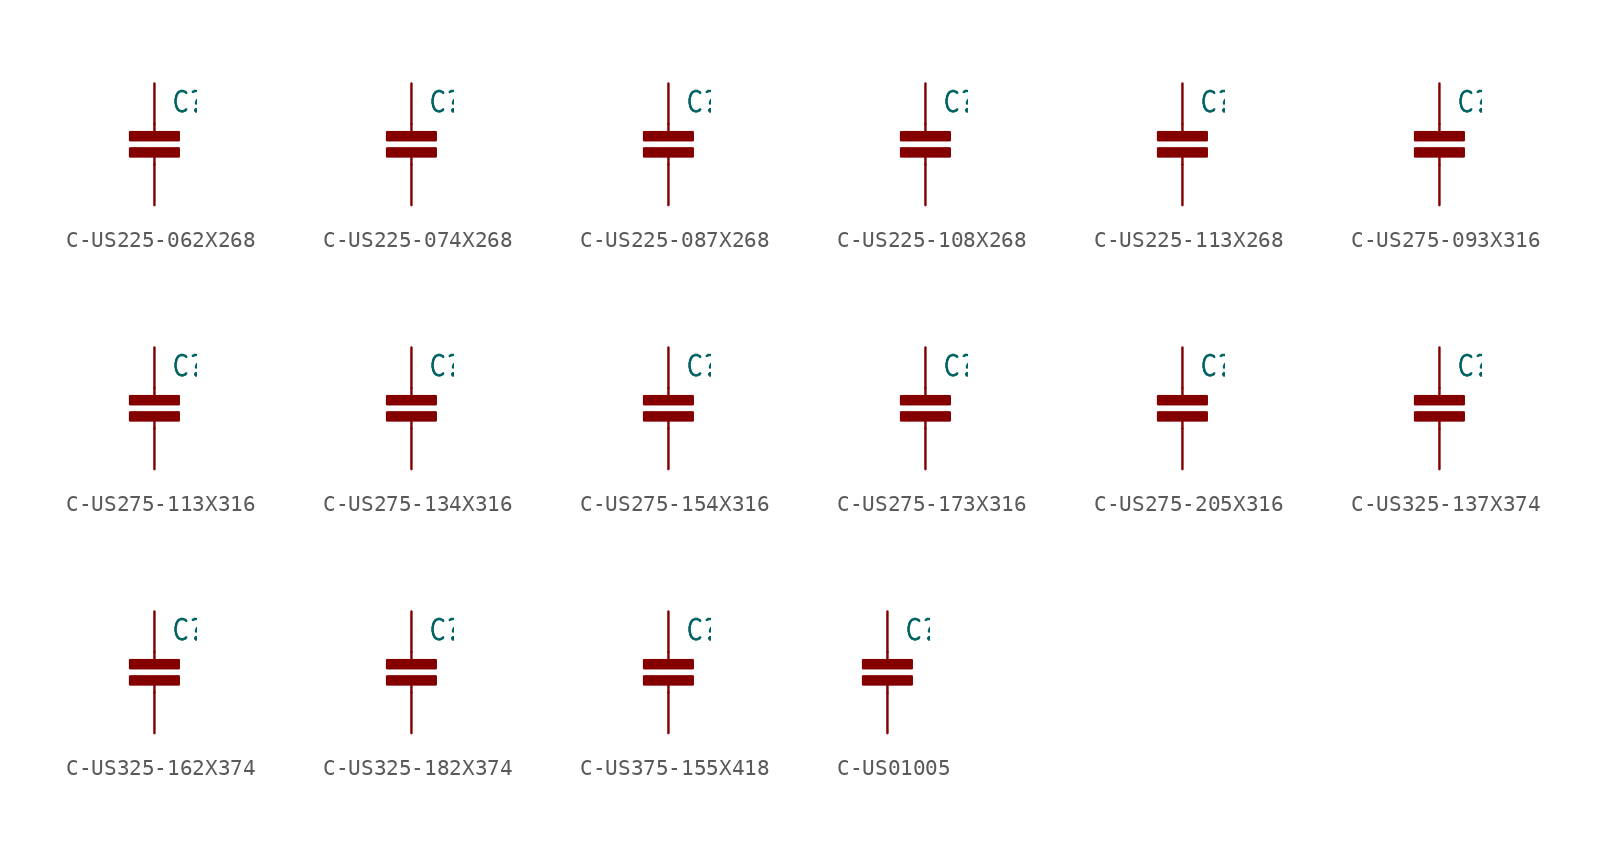
<source format=kicad_sym>
(kicad_symbol_lib
  (version 20231120)
  (generator "kicad_symbol_editor")
  (generator_version "8.99")
  (symbol "C-US225-062X268"
    (property "Reference" "C"
      (at 1.016 0.635 0)
      (effects (font (size 1.27 1.079)) (justify left bottom)))
    (property "Value" ""
      (at 1.016 -4.191 0)
      (effects (font (size 1.27 1.079)) (justify left bottom)))
    (property "ki_locked" ""
      (at 0 0 0)
      (effects (font (size 1.27 1.27))))
    (symbol "C-US225-062X268_1_0"
      (rectangle (start -1.524 -2.032) (end 1.524 -1.524) (stroke (width 0) (type default)) (fill (type outline)))
      (rectangle (start -1.524 -1.016) (end 1.524 -0.508) (stroke (width 0) (type default)) (fill (type outline)))
      (polyline (pts (xy 0 -2.54) (xy 0 -2.032)) (stroke (width 0.152) (type solid)) (fill (type none)))
      (polyline (pts (xy 0 0) (xy 0 -0.508)) (stroke (width 0.152) (type solid)) (fill (type none)))
      (pin passive line (at 0 2.54 270) (length 2.54) (name "1" (effects (font (size 0 0)))) (number "1" (effects (font (size 0 0)))))
      (pin passive line (at 0 -5.08 90) (length 2.54) (name "2" (effects (font (size 0 0)))) (number "2" (effects (font (size 0 0)))))))
  (symbol "C-US225-074X268"
    (property "Reference" "C"
      (at 1.016 0.635 0)
      (effects (font (size 1.27 1.079)) (justify left bottom)))
    (property "Value" ""
      (at 1.016 -4.191 0)
      (effects (font (size 1.27 1.079)) (justify left bottom)))
    (property "ki_locked" ""
      (at 0 0 0)
      (effects (font (size 1.27 1.27))))
    (symbol "C-US225-074X268_1_0"
      (rectangle (start -1.524 -2.032) (end 1.524 -1.524) (stroke (width 0) (type default)) (fill (type outline)))
      (rectangle (start -1.524 -1.016) (end 1.524 -0.508) (stroke (width 0) (type default)) (fill (type outline)))
      (polyline (pts (xy 0 -2.54) (xy 0 -2.032)) (stroke (width 0.152) (type solid)) (fill (type none)))
      (polyline (pts (xy 0 0) (xy 0 -0.508)) (stroke (width 0.152) (type solid)) (fill (type none)))
      (pin passive line (at 0 2.54 270) (length 2.54) (name "1" (effects (font (size 0 0)))) (number "1" (effects (font (size 0 0)))))
      (pin passive line (at 0 -5.08 90) (length 2.54) (name "2" (effects (font (size 0 0)))) (number "2" (effects (font (size 0 0)))))))
  (symbol "C-US225-087X268"
    (property "Reference" "C"
      (at 1.016 0.635 0)
      (effects (font (size 1.27 1.079)) (justify left bottom)))
    (property "Value" ""
      (at 1.016 -4.191 0)
      (effects (font (size 1.27 1.079)) (justify left bottom)))
    (property "ki_locked" ""
      (at 0 0 0)
      (effects (font (size 1.27 1.27))))
    (symbol "C-US225-087X268_1_0"
      (rectangle (start -1.524 -2.032) (end 1.524 -1.524) (stroke (width 0) (type default)) (fill (type outline)))
      (rectangle (start -1.524 -1.016) (end 1.524 -0.508) (stroke (width 0) (type default)) (fill (type outline)))
      (polyline (pts (xy 0 -2.54) (xy 0 -2.032)) (stroke (width 0.152) (type solid)) (fill (type none)))
      (polyline (pts (xy 0 0) (xy 0 -0.508)) (stroke (width 0.152) (type solid)) (fill (type none)))
      (pin passive line (at 0 2.54 270) (length 2.54) (name "1" (effects (font (size 0 0)))) (number "1" (effects (font (size 0 0)))))
      (pin passive line (at 0 -5.08 90) (length 2.54) (name "2" (effects (font (size 0 0)))) (number "2" (effects (font (size 0 0)))))))
  (symbol "C-US225-108X268"
    (property "Reference" "C"
      (at 1.016 0.635 0)
      (effects (font (size 1.27 1.079)) (justify left bottom)))
    (property "Value" ""
      (at 1.016 -4.191 0)
      (effects (font (size 1.27 1.079)) (justify left bottom)))
    (property "ki_locked" ""
      (at 0 0 0)
      (effects (font (size 1.27 1.27))))
    (symbol "C-US225-108X268_1_0"
      (rectangle (start -1.524 -2.032) (end 1.524 -1.524) (stroke (width 0) (type default)) (fill (type outline)))
      (rectangle (start -1.524 -1.016) (end 1.524 -0.508) (stroke (width 0) (type default)) (fill (type outline)))
      (polyline (pts (xy 0 -2.54) (xy 0 -2.032)) (stroke (width 0.152) (type solid)) (fill (type none)))
      (polyline (pts (xy 0 0) (xy 0 -0.508)) (stroke (width 0.152) (type solid)) (fill (type none)))
      (pin passive line (at 0 2.54 270) (length 2.54) (name "1" (effects (font (size 0 0)))) (number "1" (effects (font (size 0 0)))))
      (pin passive line (at 0 -5.08 90) (length 2.54) (name "2" (effects (font (size 0 0)))) (number "2" (effects (font (size 0 0)))))))
  (symbol "C-US225-113X268"
    (property "Reference" "C"
      (at 1.016 0.635 0)
      (effects (font (size 1.27 1.079)) (justify left bottom)))
    (property "Value" ""
      (at 1.016 -4.191 0)
      (effects (font (size 1.27 1.079)) (justify left bottom)))
    (property "ki_locked" ""
      (at 0 0 0)
      (effects (font (size 1.27 1.27))))
    (symbol "C-US225-113X268_1_0"
      (rectangle (start -1.524 -2.032) (end 1.524 -1.524) (stroke (width 0) (type default)) (fill (type outline)))
      (rectangle (start -1.524 -1.016) (end 1.524 -0.508) (stroke (width 0) (type default)) (fill (type outline)))
      (polyline (pts (xy 0 -2.54) (xy 0 -2.032)) (stroke (width 0.152) (type solid)) (fill (type none)))
      (polyline (pts (xy 0 0) (xy 0 -0.508)) (stroke (width 0.152) (type solid)) (fill (type none)))
      (pin passive line (at 0 2.54 270) (length 2.54) (name "1" (effects (font (size 0 0)))) (number "1" (effects (font (size 0 0)))))
      (pin passive line (at 0 -5.08 90) (length 2.54) (name "2" (effects (font (size 0 0)))) (number "2" (effects (font (size 0 0)))))))
  (symbol "C-US275-093X316"
    (property "Reference" "C"
      (at 1.016 0.635 0)
      (effects (font (size 1.27 1.079)) (justify left bottom)))
    (property "Value" ""
      (at 1.016 -4.191 0)
      (effects (font (size 1.27 1.079)) (justify left bottom)))
    (property "ki_locked" ""
      (at 0 0 0)
      (effects (font (size 1.27 1.27))))
    (symbol "C-US275-093X316_1_0"
      (rectangle (start -1.524 -2.032) (end 1.524 -1.524) (stroke (width 0) (type default)) (fill (type outline)))
      (rectangle (start -1.524 -1.016) (end 1.524 -0.508) (stroke (width 0) (type default)) (fill (type outline)))
      (polyline (pts (xy 0 -2.54) (xy 0 -2.032)) (stroke (width 0.152) (type solid)) (fill (type none)))
      (polyline (pts (xy 0 0) (xy 0 -0.508)) (stroke (width 0.152) (type solid)) (fill (type none)))
      (pin passive line (at 0 2.54 270) (length 2.54) (name "1" (effects (font (size 0 0)))) (number "1" (effects (font (size 0 0)))))
      (pin passive line (at 0 -5.08 90) (length 2.54) (name "2" (effects (font (size 0 0)))) (number "2" (effects (font (size 0 0)))))))
  (symbol "C-US275-113X316"
    (property "Reference" "C"
      (at 1.016 0.635 0)
      (effects (font (size 1.27 1.079)) (justify left bottom)))
    (property "Value" ""
      (at 1.016 -4.191 0)
      (effects (font (size 1.27 1.079)) (justify left bottom)))
    (property "ki_locked" ""
      (at 0 0 0)
      (effects (font (size 1.27 1.27))))
    (symbol "C-US275-113X316_1_0"
      (rectangle (start -1.524 -2.032) (end 1.524 -1.524) (stroke (width 0) (type default)) (fill (type outline)))
      (rectangle (start -1.524 -1.016) (end 1.524 -0.508) (stroke (width 0) (type default)) (fill (type outline)))
      (polyline (pts (xy 0 -2.54) (xy 0 -2.032)) (stroke (width 0.152) (type solid)) (fill (type none)))
      (polyline (pts (xy 0 0) (xy 0 -0.508)) (stroke (width 0.152) (type solid)) (fill (type none)))
      (pin passive line (at 0 2.54 270) (length 2.54) (name "1" (effects (font (size 0 0)))) (number "1" (effects (font (size 0 0)))))
      (pin passive line (at 0 -5.08 90) (length 2.54) (name "2" (effects (font (size 0 0)))) (number "2" (effects (font (size 0 0)))))))
  (symbol "C-US275-134X316"
    (property "Reference" "C"
      (at 1.016 0.635 0)
      (effects (font (size 1.27 1.079)) (justify left bottom)))
    (property "Value" ""
      (at 1.016 -4.191 0)
      (effects (font (size 1.27 1.079)) (justify left bottom)))
    (property "ki_locked" ""
      (at 0 0 0)
      (effects (font (size 1.27 1.27))))
    (symbol "C-US275-134X316_1_0"
      (rectangle (start -1.524 -2.032) (end 1.524 -1.524) (stroke (width 0) (type default)) (fill (type outline)))
      (rectangle (start -1.524 -1.016) (end 1.524 -0.508) (stroke (width 0) (type default)) (fill (type outline)))
      (polyline (pts (xy 0 -2.54) (xy 0 -2.032)) (stroke (width 0.152) (type solid)) (fill (type none)))
      (polyline (pts (xy 0 0) (xy 0 -0.508)) (stroke (width 0.152) (type solid)) (fill (type none)))
      (pin passive line (at 0 2.54 270) (length 2.54) (name "1" (effects (font (size 0 0)))) (number "1" (effects (font (size 0 0)))))
      (pin passive line (at 0 -5.08 90) (length 2.54) (name "2" (effects (font (size 0 0)))) (number "2" (effects (font (size 0 0)))))))
  (symbol "C-US275-154X316"
    (property "Reference" "C"
      (at 1.016 0.635 0)
      (effects (font (size 1.27 1.079)) (justify left bottom)))
    (property "Value" ""
      (at 1.016 -4.191 0)
      (effects (font (size 1.27 1.079)) (justify left bottom)))
    (property "ki_locked" ""
      (at 0 0 0)
      (effects (font (size 1.27 1.27))))
    (symbol "C-US275-154X316_1_0"
      (rectangle (start -1.524 -2.032) (end 1.524 -1.524) (stroke (width 0) (type default)) (fill (type outline)))
      (rectangle (start -1.524 -1.016) (end 1.524 -0.508) (stroke (width 0) (type default)) (fill (type outline)))
      (polyline (pts (xy 0 -2.54) (xy 0 -2.032)) (stroke (width 0.152) (type solid)) (fill (type none)))
      (polyline (pts (xy 0 0) (xy 0 -0.508)) (stroke (width 0.152) (type solid)) (fill (type none)))
      (pin passive line (at 0 2.54 270) (length 2.54) (name "1" (effects (font (size 0 0)))) (number "1" (effects (font (size 0 0)))))
      (pin passive line (at 0 -5.08 90) (length 2.54) (name "2" (effects (font (size 0 0)))) (number "2" (effects (font (size 0 0)))))))
  (symbol "C-US275-173X316"
    (property "Reference" "C"
      (at 1.016 0.635 0)
      (effects (font (size 1.27 1.079)) (justify left bottom)))
    (property "Value" ""
      (at 1.016 -4.191 0)
      (effects (font (size 1.27 1.079)) (justify left bottom)))
    (property "ki_locked" ""
      (at 0 0 0)
      (effects (font (size 1.27 1.27))))
    (symbol "C-US275-173X316_1_0"
      (rectangle (start -1.524 -2.032) (end 1.524 -1.524) (stroke (width 0) (type default)) (fill (type outline)))
      (rectangle (start -1.524 -1.016) (end 1.524 -0.508) (stroke (width 0) (type default)) (fill (type outline)))
      (polyline (pts (xy 0 -2.54) (xy 0 -2.032)) (stroke (width 0.152) (type solid)) (fill (type none)))
      (polyline (pts (xy 0 0) (xy 0 -0.508)) (stroke (width 0.152) (type solid)) (fill (type none)))
      (pin passive line (at 0 2.54 270) (length 2.54) (name "1" (effects (font (size 0 0)))) (number "1" (effects (font (size 0 0)))))
      (pin passive line (at 0 -5.08 90) (length 2.54) (name "2" (effects (font (size 0 0)))) (number "2" (effects (font (size 0 0)))))))
  (symbol "C-US275-205X316"
    (property "Reference" "C"
      (at 1.016 0.635 0)
      (effects (font (size 1.27 1.079)) (justify left bottom)))
    (property "Value" ""
      (at 1.016 -4.191 0)
      (effects (font (size 1.27 1.079)) (justify left bottom)))
    (property "ki_locked" ""
      (at 0 0 0)
      (effects (font (size 1.27 1.27))))
    (symbol "C-US275-205X316_1_0"
      (rectangle (start -1.524 -2.032) (end 1.524 -1.524) (stroke (width 0) (type default)) (fill (type outline)))
      (rectangle (start -1.524 -1.016) (end 1.524 -0.508) (stroke (width 0) (type default)) (fill (type outline)))
      (polyline (pts (xy 0 -2.54) (xy 0 -2.032)) (stroke (width 0.152) (type solid)) (fill (type none)))
      (polyline (pts (xy 0 0) (xy 0 -0.508)) (stroke (width 0.152) (type solid)) (fill (type none)))
      (pin passive line (at 0 2.54 270) (length 2.54) (name "1" (effects (font (size 0 0)))) (number "1" (effects (font (size 0 0)))))
      (pin passive line (at 0 -5.08 90) (length 2.54) (name "2" (effects (font (size 0 0)))) (number "2" (effects (font (size 0 0)))))))
  (symbol "C-US325-137X374"
    (property "Reference" "C"
      (at 1.016 0.635 0)
      (effects (font (size 1.27 1.079)) (justify left bottom)))
    (property "Value" ""
      (at 1.016 -4.191 0)
      (effects (font (size 1.27 1.079)) (justify left bottom)))
    (property "ki_locked" ""
      (at 0 0 0)
      (effects (font (size 1.27 1.27))))
    (symbol "C-US325-137X374_1_0"
      (rectangle (start -1.524 -2.032) (end 1.524 -1.524) (stroke (width 0) (type default)) (fill (type outline)))
      (rectangle (start -1.524 -1.016) (end 1.524 -0.508) (stroke (width 0) (type default)) (fill (type outline)))
      (polyline (pts (xy 0 -2.54) (xy 0 -2.032)) (stroke (width 0.152) (type solid)) (fill (type none)))
      (polyline (pts (xy 0 0) (xy 0 -0.508)) (stroke (width 0.152) (type solid)) (fill (type none)))
      (pin passive line (at 0 2.54 270) (length 2.54) (name "1" (effects (font (size 0 0)))) (number "1" (effects (font (size 0 0)))))
      (pin passive line (at 0 -5.08 90) (length 2.54) (name "2" (effects (font (size 0 0)))) (number "2" (effects (font (size 0 0)))))))
  (symbol "C-US325-162X374"
    (property "Reference" "C"
      (at 1.016 0.635 0)
      (effects (font (size 1.27 1.079)) (justify left bottom)))
    (property "Value" ""
      (at 1.016 -4.191 0)
      (effects (font (size 1.27 1.079)) (justify left bottom)))
    (property "ki_locked" ""
      (at 0 0 0)
      (effects (font (size 1.27 1.27))))
    (symbol "C-US325-162X374_1_0"
      (rectangle (start -1.524 -2.032) (end 1.524 -1.524) (stroke (width 0) (type default)) (fill (type outline)))
      (rectangle (start -1.524 -1.016) (end 1.524 -0.508) (stroke (width 0) (type default)) (fill (type outline)))
      (polyline (pts (xy 0 -2.54) (xy 0 -2.032)) (stroke (width 0.152) (type solid)) (fill (type none)))
      (polyline (pts (xy 0 0) (xy 0 -0.508)) (stroke (width 0.152) (type solid)) (fill (type none)))
      (pin passive line (at 0 2.54 270) (length 2.54) (name "1" (effects (font (size 0 0)))) (number "1" (effects (font (size 0 0)))))
      (pin passive line (at 0 -5.08 90) (length 2.54) (name "2" (effects (font (size 0 0)))) (number "2" (effects (font (size 0 0)))))))
  (symbol "C-US325-182X374"
    (property "Reference" "C"
      (at 1.016 0.635 0)
      (effects (font (size 1.27 1.079)) (justify left bottom)))
    (property "Value" ""
      (at 1.016 -4.191 0)
      (effects (font (size 1.27 1.079)) (justify left bottom)))
    (property "ki_locked" ""
      (at 0 0 0)
      (effects (font (size 1.27 1.27))))
    (symbol "C-US325-182X374_1_0"
      (rectangle (start -1.524 -2.032) (end 1.524 -1.524) (stroke (width 0) (type default)) (fill (type outline)))
      (rectangle (start -1.524 -1.016) (end 1.524 -0.508) (stroke (width 0) (type default)) (fill (type outline)))
      (polyline (pts (xy 0 -2.54) (xy 0 -2.032)) (stroke (width 0.152) (type solid)) (fill (type none)))
      (polyline (pts (xy 0 0) (xy 0 -0.508)) (stroke (width 0.152) (type solid)) (fill (type none)))
      (pin passive line (at 0 2.54 270) (length 2.54) (name "1" (effects (font (size 0 0)))) (number "1" (effects (font (size 0 0)))))
      (pin passive line (at 0 -5.08 90) (length 2.54) (name "2" (effects (font (size 0 0)))) (number "2" (effects (font (size 0 0)))))))
  (symbol "C-US375-155X418"
    (property "Reference" "C"
      (at 1.016 0.635 0)
      (effects (font (size 1.27 1.079)) (justify left bottom)))
    (property "Value" ""
      (at 1.016 -4.191 0)
      (effects (font (size 1.27 1.079)) (justify left bottom)))
    (property "ki_locked" ""
      (at 0 0 0)
      (effects (font (size 1.27 1.27))))
    (symbol "C-US375-155X418_1_0"
      (rectangle (start -1.524 -2.032) (end 1.524 -1.524) (stroke (width 0) (type default)) (fill (type outline)))
      (rectangle (start -1.524 -1.016) (end 1.524 -0.508) (stroke (width 0) (type default)) (fill (type outline)))
      (polyline (pts (xy 0 -2.54) (xy 0 -2.032)) (stroke (width 0.152) (type solid)) (fill (type none)))
      (polyline (pts (xy 0 0) (xy 0 -0.508)) (stroke (width 0.152) (type solid)) (fill (type none)))
      (pin passive line (at 0 2.54 270) (length 2.54) (name "1" (effects (font (size 0 0)))) (number "1" (effects (font (size 0 0)))))
      (pin passive line (at 0 -5.08 90) (length 2.54) (name "2" (effects (font (size 0 0)))) (number "2" (effects (font (size 0 0)))))))
  (symbol "C-US01005"
    (property "Reference" "C"
      (at 1.016 0.635 0)
      (effects (font (size 1.27 1.079)) (justify left bottom)))
    (property "Value" ""
      (at 1.016 -4.191 0)
      (effects (font (size 1.27 1.079)) (justify left bottom)))
    (property "ki_locked" ""
      (at 0 0 0)
      (effects (font (size 1.27 1.27))))
    (symbol "C-US01005_1_0"
      (rectangle (start -1.524 -2.032) (end 1.524 -1.524) (stroke (width 0) (type default)) (fill (type outline)))
      (rectangle (start -1.524 -1.016) (end 1.524 -0.508) (stroke (width 0) (type default)) (fill (type outline)))
      (polyline (pts (xy 0 -2.54) (xy 0 -2.032)) (stroke (width 0.152) (type solid)) (fill (type none)))
      (polyline (pts (xy 0 0) (xy 0 -0.508)) (stroke (width 0.152) (type solid)) (fill (type none)))
      (pin passive line (at 0 2.54 270) (length 2.54) (name "1" (effects (font (size 0 0)))) (number "1" (effects (font (size 0 0)))))
      (pin passive line (at 0 -5.08 90) (length 2.54) (name "2" (effects (font (size 0 0)))) (number "2" (effects (font (size 0 0))))))))
</source>
